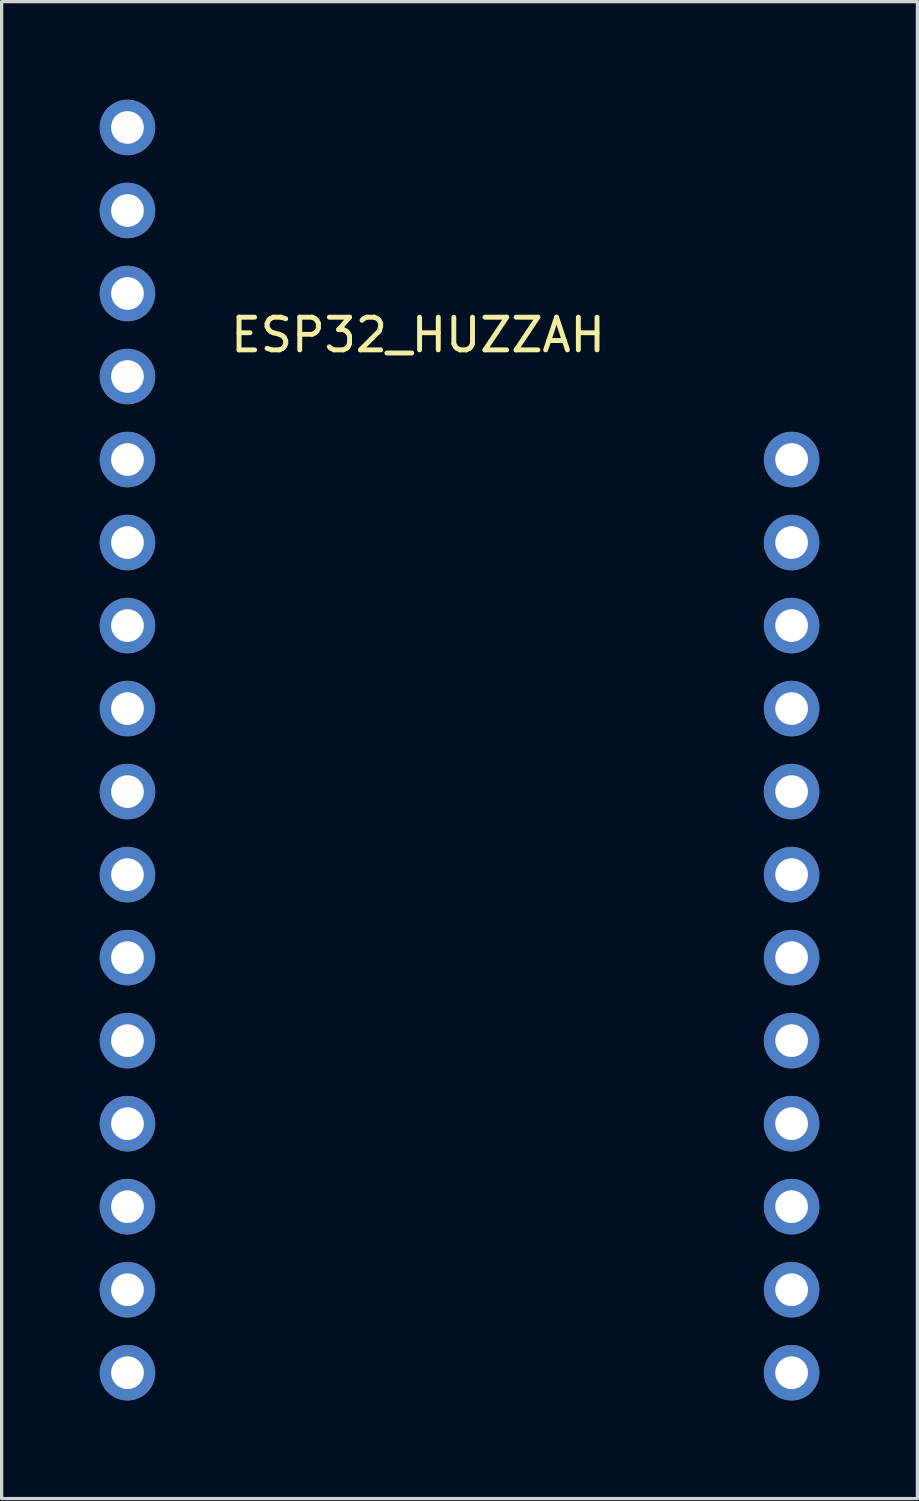
<source format=kicad_pcb>
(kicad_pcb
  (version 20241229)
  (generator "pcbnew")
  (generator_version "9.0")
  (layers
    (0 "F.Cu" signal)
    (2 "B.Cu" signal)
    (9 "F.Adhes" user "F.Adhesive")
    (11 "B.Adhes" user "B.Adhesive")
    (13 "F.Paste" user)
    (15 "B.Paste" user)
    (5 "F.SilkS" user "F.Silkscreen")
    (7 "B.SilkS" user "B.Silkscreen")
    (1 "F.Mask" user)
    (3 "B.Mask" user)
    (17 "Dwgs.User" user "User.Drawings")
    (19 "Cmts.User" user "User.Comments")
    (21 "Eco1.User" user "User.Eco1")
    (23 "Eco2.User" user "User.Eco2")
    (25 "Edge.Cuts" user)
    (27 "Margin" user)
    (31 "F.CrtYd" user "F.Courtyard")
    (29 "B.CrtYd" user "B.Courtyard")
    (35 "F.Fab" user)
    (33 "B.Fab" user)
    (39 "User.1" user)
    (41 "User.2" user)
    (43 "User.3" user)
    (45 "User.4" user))
  (footprint "ESP32_HUZZAH"
    (layer "F.Cu")
    (at 0.85 0.85)
    (property "Reference" "ESP32_HUZZAH" (at 8.89 6.35 0) (layer "F.SilkS") (effects (font (size 1 1) (thickness 0.15))))
    (attr through_hole)
    (pad "1" thru_hole oval (at 0 0) (size 1.7 1.7) (drill 1) (layers "*.Cu" "*.Mask"))
    (pad "2" thru_hole oval (at 0 2.54) (size 1.7 1.7) (drill 1) (layers "*.Cu" "*.Mask"))
    (pad "3" thru_hole oval (at 0 5.08) (size 1.7 1.7) (drill 1) (layers "*.Cu" "*.Mask"))
    (pad "4" thru_hole oval (at 0 7.62) (size 1.7 1.7) (drill 1) (layers "*.Cu" "*.Mask"))
    (pad "5" thru_hole oval (at 0 10.16) (size 1.7 1.7) (drill 1) (layers "*.Cu" "*.Mask"))
    (pad "6" thru_hole oval (at 0 12.7) (size 1.7 1.7) (drill 1) (layers "*.Cu" "*.Mask"))
    (pad "7" thru_hole oval (at 0 15.24) (size 1.7 1.7) (drill 1) (layers "*.Cu" "*.Mask"))
    (pad "8" thru_hole oval (at 0 17.78) (size 1.7 1.7) (drill 1) (layers "*.Cu" "*.Mask"))
    (pad "9" thru_hole oval (at 0 20.32) (size 1.7 1.7) (drill 1) (layers "*.Cu" "*.Mask"))
    (pad "10" thru_hole oval (at 0 22.86) (size 1.7 1.7) (drill 1) (layers "*.Cu" "*.Mask"))
    (pad "11" thru_hole oval (at 0 25.4) (size 1.7 1.7) (drill 1) (layers "*.Cu" "*.Mask"))
    (pad "12" thru_hole oval (at 0 27.94) (size 1.7 1.7) (drill 1) (layers "*.Cu" "*.Mask"))
    (pad "13" thru_hole oval (at 0 30.48) (size 1.7 1.7) (drill 1) (layers "*.Cu" "*.Mask"))
    (pad "14" thru_hole oval (at 0 33.02) (size 1.7 1.7) (drill 1) (layers "*.Cu" "*.Mask"))
    (pad "15" thru_hole oval (at 0 35.56) (size 1.7 1.7) (drill 1) (layers "*.Cu" "*.Mask"))
    (pad "16" thru_hole oval (at 0 38.1) (size 1.7 1.7) (drill 1) (layers "*.Cu" "*.Mask"))
    (pad "17" thru_hole oval (at 20.32 10.16) (size 1.7 1.7) (drill 1) (layers "*.Cu" "*.Mask"))
    (pad "18" thru_hole oval (at 20.32 12.7) (size 1.7 1.7) (drill 1) (layers "*.Cu" "*.Mask"))
    (pad "19" thru_hole oval (at 20.32 15.24) (size 1.7 1.7) (drill 1) (layers "*.Cu" "*.Mask"))
    (pad "20" thru_hole oval (at 20.32 17.78) (size 1.7 1.7) (drill 1) (layers "*.Cu" "*.Mask"))
    (pad "21" thru_hole oval (at 20.32 20.32) (size 1.7 1.7) (drill 1) (layers "*.Cu" "*.Mask"))
    (pad "22" thru_hole oval (at 20.32 22.86) (size 1.7 1.7) (drill 1) (layers "*.Cu" "*.Mask"))
    (pad "23" thru_hole oval (at 20.32 25.4) (size 1.7 1.7) (drill 1) (layers "*.Cu" "*.Mask"))
    (pad "24" thru_hole oval (at 20.32 27.94) (size 1.7 1.7) (drill 1) (layers "*.Cu" "*.Mask"))
    (pad "25" thru_hole oval (at 20.32 30.48) (size 1.7 1.7) (drill 1) (layers "*.Cu" "*.Mask"))
    (pad "26" thru_hole oval (at 20.32 33.02) (size 1.7 1.7) (drill 1) (layers "*.Cu" "*.Mask"))
    (pad "27" thru_hole oval (at 20.32 35.56) (size 1.7 1.7) (drill 1) (layers "*.Cu" "*.Mask"))
    (pad "28" thru_hole oval (at 20.32 38.1) (size 1.7 1.7) (drill 1) (layers "*.Cu" "*.Mask")))
  (gr_rect
    (start -3 -3)
    (end 25.02 42.8)
    (stroke (width 0.1) (type default))
    (fill no)
    (layer "Edge.Cuts")))
</source>
